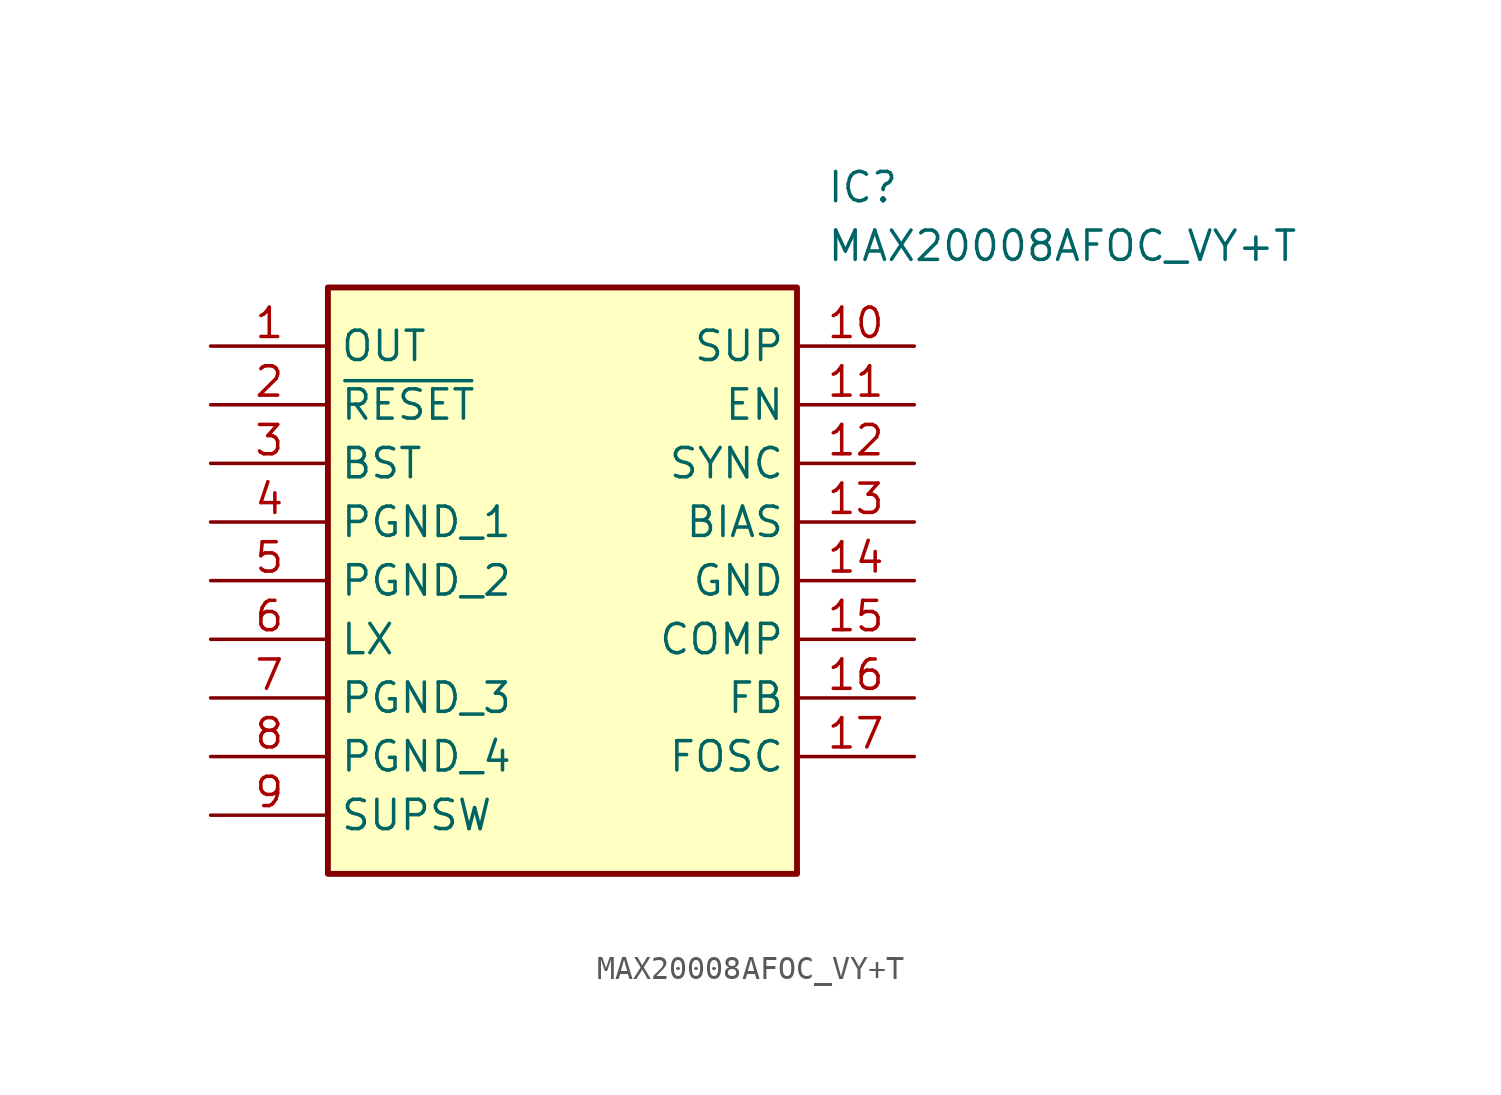
<source format=kicad_sym>
(kicad_symbol_lib
  (version 20211014)
  (generator SamacSys_ECAD_Model)
  (symbol "MAX20008AFOC_VY+T"
    (property "Reference" "IC"
      (at 26.67 7.62 0)
      (effects (font (size 1.27 1.27)) (justify left top)))
    (property "Value" "MAX20008AFOC_VY+T"
      (at 26.67 5.08 0)
      (effects (font (size 1.27 1.27)) (justify left top)))
    (rectangle
      (start 5.08 2.54)
      (end 25.4 -22.86)
      (stroke (width 0.254) (type default))
      (fill (type background)))
    (pin passive line
      (at 0 0 0)
      (length 5.08)
      (name "OUT" (effects (font (size 1.27 1.27))))
      (number "1" (effects (font (size 1.27 1.27)))))
    (pin passive line
      (at 0 -2.54 0)
      (length 5.08)
      (name "~{RESET}" (effects (font (size 1.27 1.27))))
      (number "2" (effects (font (size 1.27 1.27)))))
    (pin passive line
      (at 0 -5.08 0)
      (length 5.08)
      (name "BST" (effects (font (size 1.27 1.27))))
      (number "3" (effects (font (size 1.27 1.27)))))
    (pin passive line
      (at 0 -7.62 0)
      (length 5.08)
      (name "PGND_1" (effects (font (size 1.27 1.27))))
      (number "4" (effects (font (size 1.27 1.27)))))
    (pin passive line
      (at 0 -10.16 0)
      (length 5.08)
      (name "PGND_2" (effects (font (size 1.27 1.27))))
      (number "5" (effects (font (size 1.27 1.27)))))
    (pin passive line
      (at 0 -12.7 0)
      (length 5.08)
      (name "LX" (effects (font (size 1.27 1.27))))
      (number "6" (effects (font (size 1.27 1.27)))))
    (pin passive line
      (at 0 -15.24 0)
      (length 5.08)
      (name "PGND_3" (effects (font (size 1.27 1.27))))
      (number "7" (effects (font (size 1.27 1.27)))))
    (pin passive line
      (at 0 -17.78 0)
      (length 5.08)
      (name "PGND_4" (effects (font (size 1.27 1.27))))
      (number "8" (effects (font (size 1.27 1.27)))))
    (pin passive line
      (at 0 -20.32 0)
      (length 5.08)
      (name "SUPSW" (effects (font (size 1.27 1.27))))
      (number "9" (effects (font (size 1.27 1.27)))))
    (pin passive line
      (at 30.48 0 180)
      (length 5.08)
      (name "SUP" (effects (font (size 1.27 1.27))))
      (number "10" (effects (font (size 1.27 1.27)))))
    (pin passive line
      (at 30.48 -2.54 180)
      (length 5.08)
      (name "EN" (effects (font (size 1.27 1.27))))
      (number "11" (effects (font (size 1.27 1.27)))))
    (pin passive line
      (at 30.48 -5.08 180)
      (length 5.08)
      (name "SYNC" (effects (font (size 1.27 1.27))))
      (number "12" (effects (font (size 1.27 1.27)))))
    (pin passive line
      (at 30.48 -7.62 180)
      (length 5.08)
      (name "BIAS" (effects (font (size 1.27 1.27))))
      (number "13" (effects (font (size 1.27 1.27)))))
    (pin passive line
      (at 30.48 -10.16 180)
      (length 5.08)
      (name "GND" (effects (font (size 1.27 1.27))))
      (number "14" (effects (font (size 1.27 1.27)))))
    (pin passive line
      (at 30.48 -12.7 180)
      (length 5.08)
      (name "COMP" (effects (font (size 1.27 1.27))))
      (number "15" (effects (font (size 1.27 1.27)))))
    (pin passive line
      (at 30.48 -15.24 180)
      (length 5.08)
      (name "FB" (effects (font (size 1.27 1.27))))
      (number "16" (effects (font (size 1.27 1.27)))))
    (pin passive line
      (at 30.48 -17.78 180)
      (length 5.08)
      (name "FOSC" (effects (font (size 1.27 1.27))))
      (number "17" (effects (font (size 1.27 1.27)))))))
</source>
